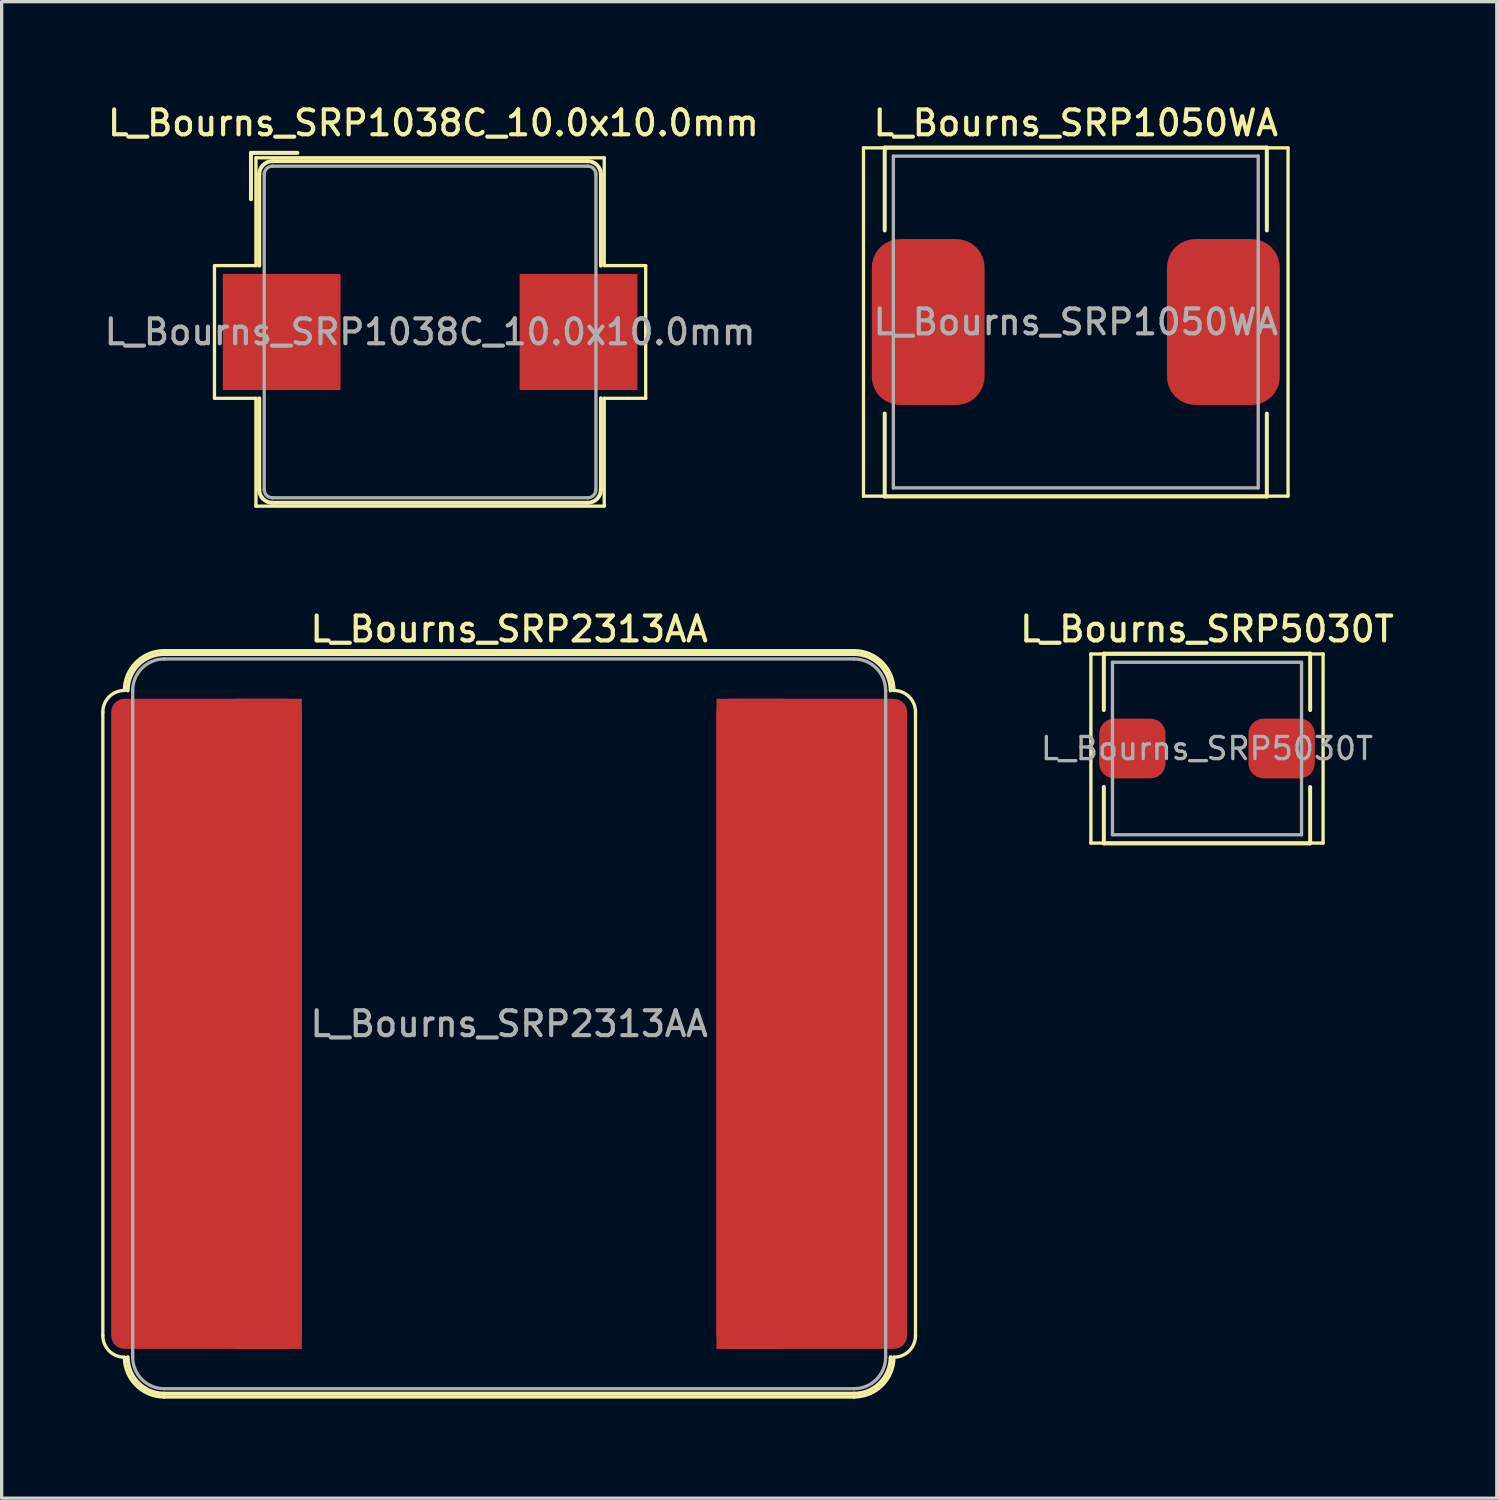
<source format=kicad_pcb>
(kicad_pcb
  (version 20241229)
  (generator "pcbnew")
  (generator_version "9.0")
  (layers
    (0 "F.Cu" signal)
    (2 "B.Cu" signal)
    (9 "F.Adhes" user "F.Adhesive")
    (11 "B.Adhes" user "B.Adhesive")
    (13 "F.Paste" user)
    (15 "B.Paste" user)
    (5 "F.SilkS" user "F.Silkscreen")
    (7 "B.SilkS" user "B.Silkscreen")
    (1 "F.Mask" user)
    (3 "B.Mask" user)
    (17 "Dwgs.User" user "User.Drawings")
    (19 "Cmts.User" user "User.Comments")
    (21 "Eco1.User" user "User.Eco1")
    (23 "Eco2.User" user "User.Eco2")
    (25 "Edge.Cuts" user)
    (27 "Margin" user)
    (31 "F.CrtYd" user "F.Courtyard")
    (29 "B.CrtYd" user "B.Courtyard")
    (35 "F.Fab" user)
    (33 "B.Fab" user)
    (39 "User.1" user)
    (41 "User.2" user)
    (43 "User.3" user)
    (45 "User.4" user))
  (footprint "L_Bourns_SRP1038C_10.0x10.0mm"
    (layer "F.Cu")
    (at 9.916 6.958)
    (property "Reference" "L_Bourns_SRP1038C_10.0x10.0mm" (at 0.1 -6.3 0) (layer "F.SilkS") (effects (font (size 0.75 0.75) (thickness 0.125))))
    (attr smd)
    (fp_line (start -6.5 -2) (end -6.5 2) (stroke (width 0.1) (type solid)) (layer "F.SilkS"))
    (fp_line (start -6.5 -2) (end -5.25 -2) (stroke (width 0.1) (type solid)) (layer "F.SilkS"))
    (fp_line (start -5.4 -5.4) (end -5.4 -4) (stroke (width 0.12) (type solid)) (layer "F.SilkS"))
    (fp_line (start -5.4 -5.4) (end -4 -5.4) (stroke (width 0.12) (type solid)) (layer "F.SilkS"))
    (fp_line (start -5.25 -5.25) (end -5.25 -2) (stroke (width 0.1) (type solid)) (layer "F.SilkS"))
    (fp_line (start -5.25 -5.25) (end 5.25 -5.25) (stroke (width 0.1) (type solid)) (layer "F.SilkS"))
    (fp_line (start -5.25 2) (end -6.5 2) (stroke (width 0.1) (type solid)) (layer "F.SilkS"))
    (fp_line (start -5.25 5.25) (end -5.25 2) (stroke (width 0.1) (type solid)) (layer "F.SilkS"))
    (fp_line (start -5.15 -4.75) (end -5.15 -2) (stroke (width 0.12) (type solid)) (layer "F.SilkS"))
    (fp_line (start -5.15 2) (end -5.15 4.75) (stroke (width 0.12) (type solid)) (layer "F.SilkS"))
    (fp_line (start -4.75 -5.15) (end 4.75 -5.15) (stroke (width 0.12) (type solid)) (layer "F.SilkS"))
    (fp_line (start 4.75 5.15) (end -4.75 5.15) (stroke (width 0.12) (type solid)) (layer "F.SilkS"))
    (fp_line (start 5.15 -4.75) (end 5.15 -2) (stroke (width 0.12) (type solid)) (layer "F.SilkS"))
    (fp_line (start 5.15 2) (end 5.15 4.75) (stroke (width 0.12) (type solid)) (layer "F.SilkS"))
    (fp_line (start 5.25 -5.25) (end 5.25 -2) (stroke (width 0.1) (type solid)) (layer "F.SilkS"))
    (fp_line (start 5.25 2) (end 5.25 5.25) (stroke (width 0.1) (type solid)) (layer "F.SilkS"))
    (fp_line (start 5.25 5.25) (end -5.25 5.25) (stroke (width 0.1) (type solid)) (layer "F.SilkS"))
    (fp_line (start 6.5 -2) (end 5.25 -2) (stroke (width 0.1) (type solid)) (layer "F.SilkS"))
    (fp_line (start 6.5 -2) (end 6.5 2) (stroke (width 0.1) (type solid)) (layer "F.SilkS"))
    (fp_line (start 6.5 2) (end 5.25 2) (stroke (width 0.1) (type solid)) (layer "F.SilkS"))
    (fp_arc (start -5.15 -4.75) (mid -5.032843 -5.032843) (end -4.75 -5.15) (stroke (width 0.12) (type solid)) (layer "F.SilkS"))
    (fp_arc (start -4.75 5.15) (mid -5.032843 5.032843) (end -5.15 4.75) (stroke (width 0.12) (type solid)) (layer "F.SilkS"))
    (fp_arc (start 4.75 -5.15) (mid 5.032843 -5.032843) (end 5.15 -4.75) (stroke (width 0.12) (type solid)) (layer "F.SilkS"))
    (fp_arc (start 5.15 4.75) (mid 5.032843 5.032843) (end 4.75 5.15) (stroke (width 0.12) (type solid)) (layer "F.SilkS"))
    (fp_line (start -5 -4.75) (end -5 4.75) (stroke (width 0.1) (type solid)) (layer "F.Fab"))
    (fp_line (start -4.75 -5) (end 4.75 -5) (stroke (width 0.1) (type solid)) (layer "F.Fab"))
    (fp_line (start 4.75 5) (end -4.75 5) (stroke (width 0.1) (type solid)) (layer "F.Fab"))
    (fp_line (start 5 -4.75) (end 5 4.75) (stroke (width 0.1) (type solid)) (layer "F.Fab"))
    (fp_arc (start -5 -4.75) (mid -4.926777 -4.926777) (end -4.75 -5) (stroke (width 0.1) (type solid)) (layer "F.Fab"))
    (fp_arc (start -4.75 5) (mid -4.926777 4.926777) (end -5 4.75) (stroke (width 0.1) (type solid)) (layer "F.Fab"))
    (fp_arc (start 4.75 -5) (mid 4.926777 -4.926777) (end 5 -4.75) (stroke (width 0.1) (type solid)) (layer "F.Fab"))
    (fp_arc (start 5 4.75) (mid 4.926777 4.926777) (end 4.75 5) (stroke (width 0.1) (type solid)) (layer "F.Fab"))
    (fp_text user "${REFERENCE}" (at 0 0 0) (layer "F.Fab") (effects (font (size 0.75 0.75) (thickness 0.125))))
    (pad "1" smd rect (at -4.475 0) (size 3.55 3.5) (layers "F.Cu" "F.Mask" "F.Paste"))
    (pad "2" smd rect (at 4.475 0) (size 3.55 3.5) (layers "F.Cu" "F.Mask" "F.Paste")))
  (footprint "L_Bourns_SRP5030T"
    (layer "F.Cu")
    (at 33.338 19.516)
    (property "Reference" "L_Bourns_SRP5030T" (at 0 -3.6 0) (layer "F.SilkS") (effects (font (size 0.75 0.75) (thickness 0.125))))
    (attr smd)
    (fp_line (start -3.5 -2.85) (end -3.5 2.85) (stroke (width 0.1) (type solid)) (layer "F.SilkS"))
    (fp_line (start -3.5 2.85) (end 3.5 2.85) (stroke (width 0.1) (type solid)) (layer "F.SilkS"))
    (fp_line (start -3.11 -2.86) (end -3.11 -1.16) (stroke (width 0.12) (type solid)) (layer "F.SilkS"))
    (fp_line (start -3.11 -2.86) (end 3.11 -2.86) (stroke (width 0.12) (type solid)) (layer "F.SilkS"))
    (fp_line (start -3.11 2.86) (end -3.11 1.16) (stroke (width 0.12) (type solid)) (layer "F.SilkS"))
    (fp_line (start -3.11 2.86) (end 3.11 2.86) (stroke (width 0.12) (type solid)) (layer "F.SilkS"))
    (fp_line (start 3.11 -2.86) (end 3.11 -1.16) (stroke (width 0.12) (type solid)) (layer "F.SilkS"))
    (fp_line (start 3.11 2.86) (end 3.11 1.16) (stroke (width 0.12) (type solid)) (layer "F.SilkS"))
    (fp_line (start 3.5 -2.85) (end -3.5 -2.85) (stroke (width 0.1) (type solid)) (layer "F.SilkS"))
    (fp_line (start 3.5 2.85) (end 3.5 -2.85) (stroke (width 0.1) (type solid)) (layer "F.SilkS"))
    (fp_line (start -2.85 -2.6) (end -2.85 2.6) (stroke (width 0.1) (type solid)) (layer "F.Fab"))
    (fp_line (start -2.85 2.6) (end 2.85 2.6) (stroke (width 0.1) (type solid)) (layer "F.Fab"))
    (fp_line (start 2.85 -2.6) (end -2.85 -2.6) (stroke (width 0.1) (type solid)) (layer "F.Fab"))
    (fp_line (start 2.85 2.6) (end 2.85 -2.6) (stroke (width 0.1) (type solid)) (layer "F.Fab"))
    (fp_text user "${REFERENCE}" (at 0 0 0) (layer "F.Fab") (effects (font (size 0.667 0.667) (thickness 0.1))))
    (pad "1" smd roundrect (at -2.25 0) (size 2 1.8) (layers "F.Cu" "F.Mask" "F.Paste") (roundrect_rratio 0.25))
    (pad "2" smd roundrect (at 2.25 0) (size 2 1.8) (layers "F.Cu" "F.Mask" "F.Paste") (roundrect_rratio 0.25)))
  (footprint "L_Bourns_SRP2313AA"
    (layer "F.Cu")
    (at 12.3 27.816)
    (property "Reference" "L_Bourns_SRP2313AA" (at 0 -11.9 0) (layer "F.SilkS") (effects (font (size 0.75 0.75) (thickness 0.125))))
    (attr smd)
    (fp_line (start -12.25 9.4) (end -12.25 -9.4) (stroke (width 0.1) (type solid)) (layer "F.SilkS"))
    (fp_line (start -10.4 -11.25) (end 10.4 -11.25) (stroke (width 0.1) (type solid)) (layer "F.SilkS"))
    (fp_line (start -10.4 -11.15) (end 10.4 -11.15) (stroke (width 0.12) (type solid)) (layer "F.SilkS"))
    (fp_line (start 10.4 11.15) (end -10.4 11.15) (stroke (width 0.12) (type solid)) (layer "F.SilkS"))
    (fp_line (start 10.4 11.25) (end -10.4 11.25) (stroke (width 0.1) (type solid)) (layer "F.SilkS"))
    (fp_line (start 12.25 -9.4) (end 12.25 9.4) (stroke (width 0.1) (type solid)) (layer "F.SilkS"))
    (fp_arc (start -12.25 -9.4) (mid -12.059619 -9.859619) (end -11.6 -10.05) (stroke (width 0.1) (type solid)) (layer "F.SilkS"))
    (fp_arc (start -11.6 -10.05) (mid -11.248528 -10.898528) (end -10.4 -11.25) (stroke (width 0.1) (type solid)) (layer "F.SilkS"))
    (fp_arc (start -11.6 10.05) (mid -12.059619 9.859619) (end -12.25 9.4) (stroke (width 0.1) (type solid)) (layer "F.SilkS"))
    (fp_arc (start -11.5 -10.05) (mid -11.177817 -10.827817) (end -10.4 -11.15) (stroke (width 0.12) (type solid)) (layer "F.SilkS"))
    (fp_arc (start -10.4 11.15) (mid -11.177817 10.827817) (end -11.5 10.05) (stroke (width 0.12) (type solid)) (layer "F.SilkS"))
    (fp_arc (start -10.4 11.25) (mid -11.248528 10.898528) (end -11.6 10.05) (stroke (width 0.1) (type solid)) (layer "F.SilkS"))
    (fp_arc (start 10.4 -11.25) (mid 11.248528 -10.898528) (end 11.6 -10.05) (stroke (width 0.1) (type solid)) (layer "F.SilkS"))
    (fp_arc (start 10.4 -11.15) (mid 11.177817 -10.827817) (end 11.5 -10.05) (stroke (width 0.12) (type solid)) (layer "F.SilkS"))
    (fp_arc (start 11.5 10.05) (mid 11.177817 10.827817) (end 10.4 11.15) (stroke (width 0.12) (type solid)) (layer "F.SilkS"))
    (fp_arc (start 11.6 -10.05) (mid 12.059619 -9.859619) (end 12.25 -9.4) (stroke (width 0.1) (type solid)) (layer "F.SilkS"))
    (fp_arc (start 11.6 10.05) (mid 11.248528 10.898528) (end 10.4 11.25) (stroke (width 0.1) (type solid)) (layer "F.SilkS"))
    (fp_arc (start 12.25 9.4) (mid 12.059619 9.859619) (end 11.6 10.05) (stroke (width 0.1) (type solid)) (layer "F.SilkS"))
    (fp_line (start -11.35 -10.05) (end -11.35 10.05) (stroke (width 0.1) (type solid)) (layer "F.Fab"))
    (fp_line (start -10.4 -11) (end 10.4 -11) (stroke (width 0.1) (type solid)) (layer "F.Fab"))
    (fp_line (start 10.4 11) (end -10.4 11) (stroke (width 0.1) (type solid)) (layer "F.Fab"))
    (fp_line (start 11.35 -10.05) (end 11.35 10.05) (stroke (width 0.1) (type solid)) (layer "F.Fab"))
    (fp_arc (start -11.35 -10.05) (mid -11.071751 -10.721751) (end -10.4 -11) (stroke (width 0.1) (type solid)) (layer "F.Fab"))
    (fp_arc (start -10.4 11) (mid -11.071751 10.721751) (end -11.35 10.05) (stroke (width 0.1) (type solid)) (layer "F.Fab"))
    (fp_arc (start 10.4 -11) (mid 11.071751 -10.721751) (end 11.35 -10.05) (stroke (width 0.1) (type solid)) (layer "F.Fab"))
    (fp_arc (start 11.35 10.05) (mid 11.071751 10.721751) (end 10.4 11) (stroke (width 0.1) (type solid)) (layer "F.Fab"))
    (fp_text user "${REFERENCE}" (at 0 0 0) (layer "F.Fab") (effects (font (size 0.75 0.75) (thickness 0.125))))
    (pad "1" smd roundrect (at -9.125 0) (size 5.75 19.6) (layers "F.Cu" "F.Mask" "F.Paste") (roundrect_rratio 0.07))
    (pad "1" smd rect (at -7.25 0) (size 2 19.6) (layers "F.Cu" "F.Mask" "F.Paste"))
    (pad "2" smd rect (at 7.25 0) (size 2 19.6) (layers "F.Cu" "F.Mask" "F.Paste"))
    (pad "2" smd roundrect (at 9.125 0) (size 5.75 19.6) (layers "F.Cu" "F.Mask" "F.Paste") (roundrect_rratio 0.07)))
  (footprint "L_Bourns_SRP1050WA"
    (layer "F.Cu")
    (at 29.382 6.658)
    (property "Reference" "L_Bourns_SRP1050WA" (at 0 -6 0) (layer "F.SilkS") (effects (font (size 0.75 0.75) (thickness 0.125))))
    (attr smd)
    (fp_line (start -6.4 -5.25) (end -6.4 5.25) (stroke (width 0.1) (type solid)) (layer "F.SilkS"))
    (fp_line (start -6.4 5.25) (end 6.4 5.25) (stroke (width 0.1) (type solid)) (layer "F.SilkS"))
    (fp_line (start -5.76 -5.26) (end -5.76 -2.76) (stroke (width 0.12) (type solid)) (layer "F.SilkS"))
    (fp_line (start -5.76 -5.26) (end 5.76 -5.26) (stroke (width 0.12) (type solid)) (layer "F.SilkS"))
    (fp_line (start -5.76 5.26) (end -5.76 2.76) (stroke (width 0.12) (type solid)) (layer "F.SilkS"))
    (fp_line (start -5.76 5.26) (end 5.76 5.26) (stroke (width 0.12) (type solid)) (layer "F.SilkS"))
    (fp_line (start 5.76 -5.26) (end 5.76 -2.76) (stroke (width 0.12) (type solid)) (layer "F.SilkS"))
    (fp_line (start 5.76 5.26) (end 5.76 2.76) (stroke (width 0.12) (type solid)) (layer "F.SilkS"))
    (fp_line (start 6.4 -5.25) (end -6.4 -5.25) (stroke (width 0.1) (type solid)) (layer "F.SilkS"))
    (fp_line (start 6.4 5.25) (end 6.4 -5.25) (stroke (width 0.1) (type solid)) (layer "F.SilkS"))
    (fp_line (start -5.5 -5) (end -5.5 5) (stroke (width 0.1) (type solid)) (layer "F.Fab"))
    (fp_line (start -5.5 5) (end 5.5 5) (stroke (width 0.1) (type solid)) (layer "F.Fab"))
    (fp_line (start 5.5 -5) (end -5.5 -5) (stroke (width 0.1) (type solid)) (layer "F.Fab"))
    (fp_line (start 5.5 5) (end 5.5 -5) (stroke (width 0.1) (type solid)) (layer "F.Fab"))
    (fp_text user "${REFERENCE}" (at 0 0 0) (layer "F.Fab") (effects (font (size 0.75 0.75) (thickness 0.125))))
    (pad "1" smd roundrect (at -4.45 0) (size 3.4 5) (layers "F.Cu" "F.Mask" "F.Paste") (roundrect_rratio 0.25))
    (pad "2" smd roundrect (at 4.45 0) (size 3.4 5) (layers "F.Cu" "F.Mask" "F.Paste") (roundrect_rratio 0.25)))
  (gr_rect
    (start -3 -3)
    (end 42.075 42.116)
    (stroke (width 0.1) (type default))
    (fill no)
    (layer "Edge.Cuts")))
</source>
